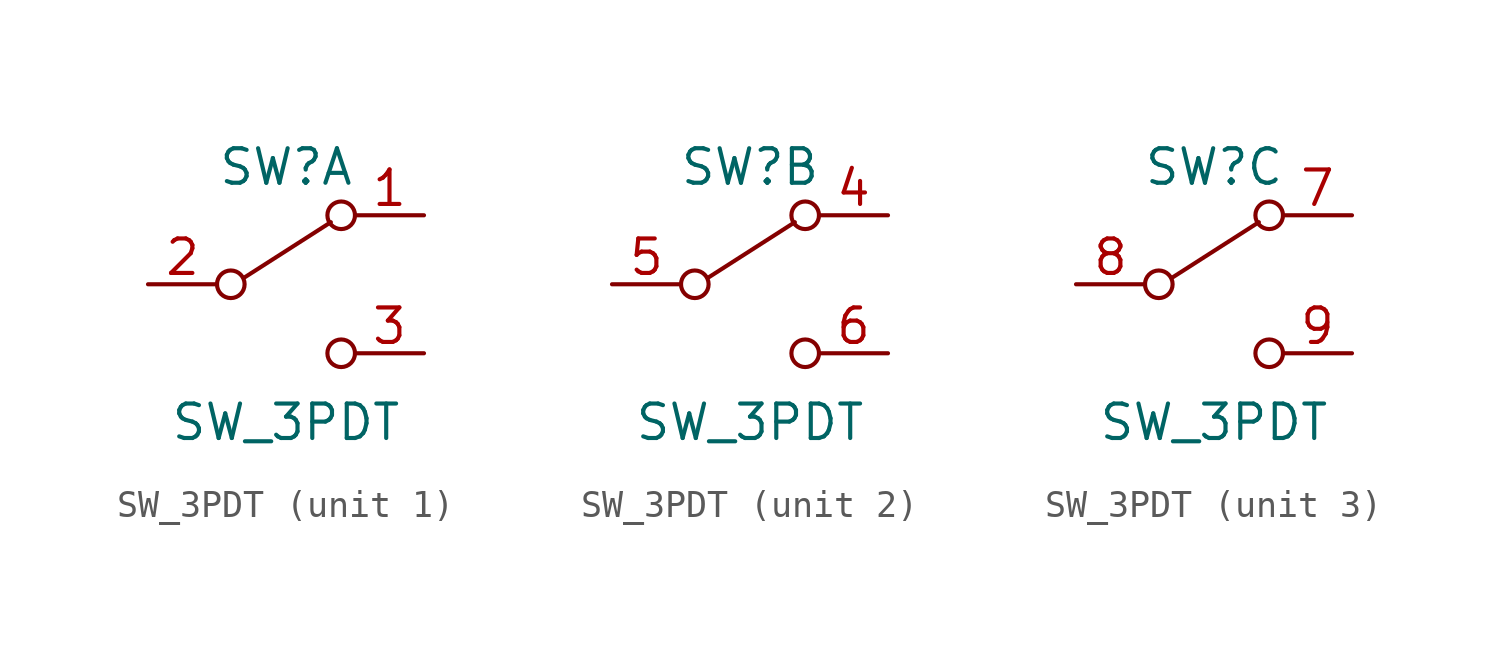
<source format=kicad_sym>
(kicad_symbol_lib
  (version 20220914)
  (generator kicad_symbol_editor)
  (symbol "SW_3PDT"
    (pin_names
      (offset 0) hide)
    (property "Reference" "SW"
      (at 0 4.318 0)
      (effects (font (size 1.27 1.27))))
    (property "Value" "SW_3PDT"
      (at 0 -5.08 0)
      (effects (font (size 1.27 1.27))))
    (symbol "SW_3PDT_0_0"
      (circle (center -2.032 0) (radius 0.508) (stroke (width 0) (type default)) (fill (type none)))
      (circle (center 2.032 -2.54) (radius 0.508) (stroke (width 0) (type default)) (fill (type none))))
    (symbol "SW_3PDT_0_1"
      (polyline (pts (xy -1.524 0.254) (xy 1.651 2.286)) (stroke (width 0) (type default)) (fill (type none)))
      (circle (center 2.032 2.54) (radius 0.508) (stroke (width 0) (type default)) (fill (type none))))
    (symbol "SW_3PDT_1_1"
      (pin passive line (at 5.08 2.54 180) (length 2.54) (name "A" (effects (font (size 1.27 1.27)))) (number "1" (effects (font (size 1.27 1.27)))))
      (pin passive line (at -5.08 0 0) (length 2.54) (name "B" (effects (font (size 1.27 1.27)))) (number "2" (effects (font (size 1.27 1.27)))))
      (pin passive line (at 5.08 -2.54 180) (length 2.54) (name "C" (effects (font (size 1.27 1.27)))) (number "3" (effects (font (size 1.27 1.27))))))
    (symbol "SW_3PDT_2_1"
      (pin passive line (at 5.08 2.54 180) (length 2.54) (name "A" (effects (font (size 1.27 1.27)))) (number "4" (effects (font (size 1.27 1.27)))))
      (pin passive line (at -5.08 0 0) (length 2.54) (name "B" (effects (font (size 1.27 1.27)))) (number "5" (effects (font (size 1.27 1.27)))))
      (pin passive line (at 5.08 -2.54 180) (length 2.54) (name "C" (effects (font (size 1.27 1.27)))) (number "6" (effects (font (size 1.27 1.27))))))
    (symbol "SW_3PDT_3_1"
      (pin passive line (at 5.08 2.54 180) (length 2.54) (name "A" (effects (font (size 1.27 1.27)))) (number "7" (effects (font (size 1.27 1.27)))))
      (pin passive line (at -5.08 0 0) (length 2.54) (name "B" (effects (font (size 1.27 1.27)))) (number "8" (effects (font (size 1.27 1.27)))))
      (pin passive line (at 5.08 -2.54 180) (length 2.54) (name "C" (effects (font (size 1.27 1.27)))) (number "9" (effects (font (size 1.27 1.27))))))))
</source>
